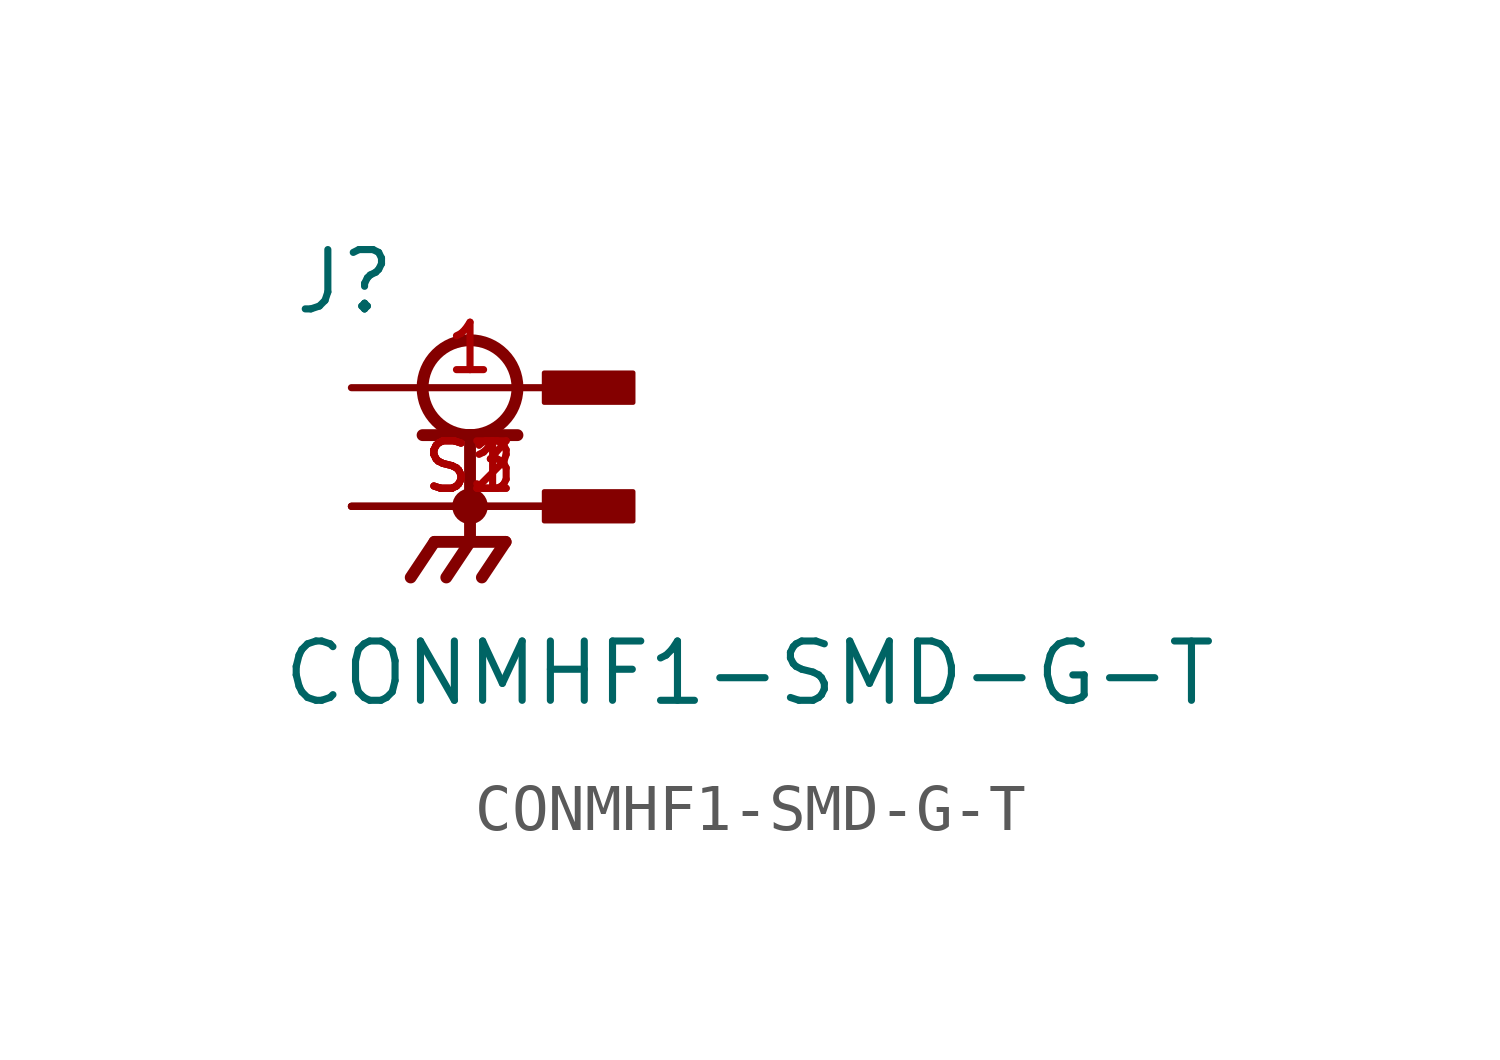
<source format=kicad_sym>
(kicad_symbol_lib
  (version 20211014)
  (generator kicad_symbol_editor)
  (symbol "CONMHF1-SMD-G-T"
    (pin_names
      (offset 1.016))
    (property "Reference" "J"
      (at -3.81 1.524 0)
      (effects (font (size 1.27 1.27)) (justify bottom left)))
    (property "Value" "CONMHF1-SMD-G-T"
      (at -4.064 -6.858 0)
      (effects (font (size 1.27 1.27)) (justify bottom left)))
    (symbol "CONMHF1-SMD-G-T_0_0"
      (circle (center 0.0 0.0) (radius 1.016) (stroke (width 0.254)) (fill (type none)))
      (polyline (pts (xy -1.016 -1.016) (xy 0.0 -1.016)) (stroke (width 0.254)))
      (polyline (pts (xy 0.0 -1.016) (xy 1.016 -1.016)) (stroke (width 0.254)))
      (polyline (pts (xy 0.0 -1.016) (xy 0.0 -3.302)) (stroke (width 0.254)))
      (circle (center 0.0 -2.54) (radius 0.254) (stroke (width 0.254)) (fill (type none)))
      (polyline (pts (xy 0.0 -3.302) (xy -0.762 -3.302)) (stroke (width 0.254)))
      (polyline (pts (xy 0.0 -3.302) (xy 0.762 -3.302)) (stroke (width 0.254)))
      (polyline (pts (xy -0.762 -3.302) (xy -1.27 -4.064)) (stroke (width 0.254)))
      (polyline (pts (xy 0.0 -3.302) (xy -0.508 -4.064)) (stroke (width 0.254)))
      (polyline (pts (xy 0.762 -3.302) (xy 0.254 -4.064)) (stroke (width 0.254)))
      (rectangle (start 1.587 -0.318) (end 3.493 0.318) (stroke (width 0.1)) (fill (type outline)))
      (rectangle (start 1.587 -2.857) (end 3.493 -2.223) (stroke (width 0.1)) (fill (type outline)))
      (pin passive line (at -2.54 0.0 0) (length 5.08) (name "~" (effects (font (size 1.016 1.016)))) (number "1" (effects (font (size 1.016 1.016)))))
      (pin passive line (at -2.54 -2.54 0) (length 5.08) (name "~" (effects (font (size 1.016 1.016)))) (number "S1" (effects (font (size 1.016 1.016)))))
      (pin passive line (at -2.54 -2.54 0) (length 5.08) (name "~" (effects (font (size 1.016 1.016)))) (number "S2" (effects (font (size 1.016 1.016)))))
      (pin passive line (at -2.54 -2.54 0) (length 5.08) (name "~" (effects (font (size 1.016 1.016)))) (number "S3" (effects (font (size 1.016 1.016))))))))
</source>
